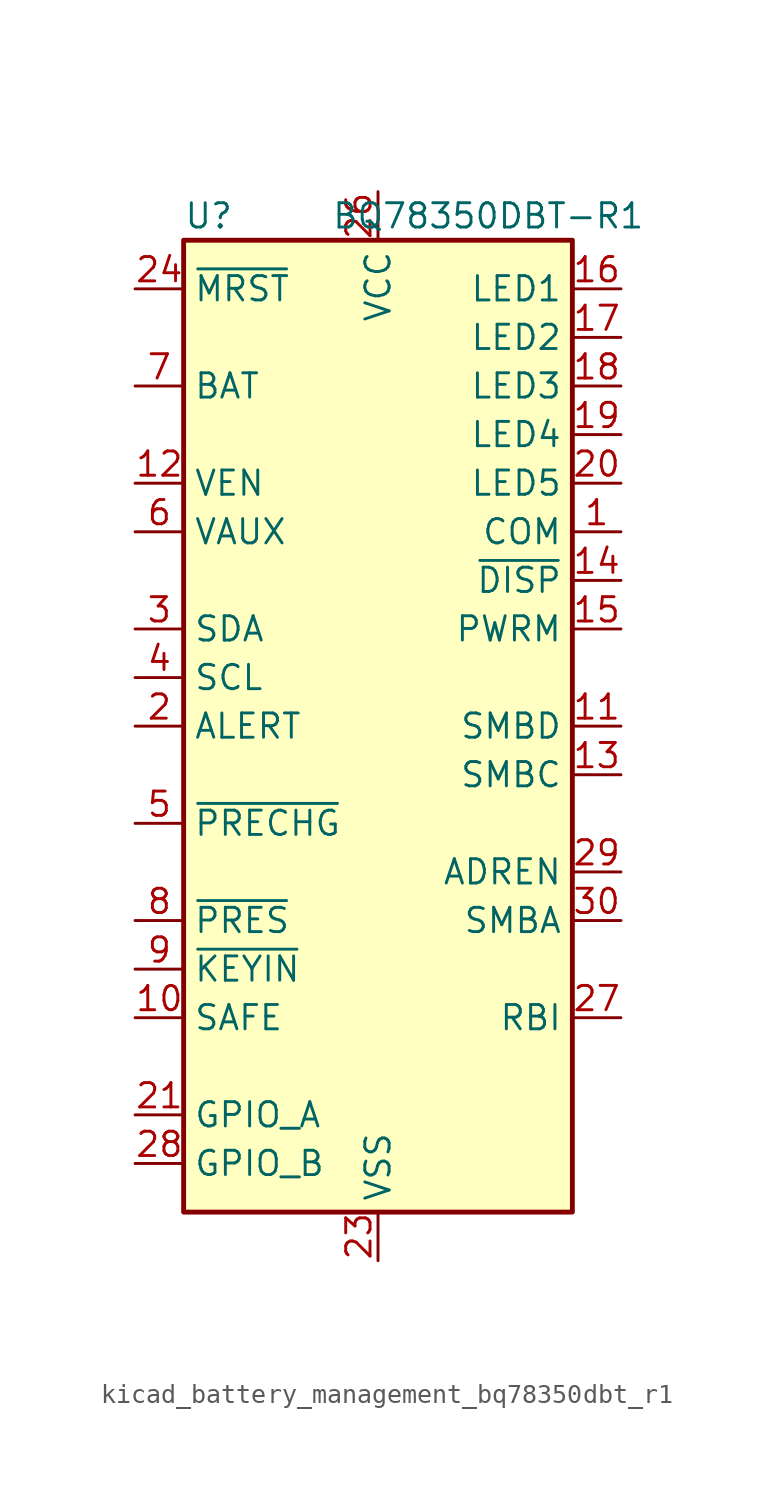
<source format=kicad_sym>
(kicad_symbol_lib
  (version 20220914)
  (generator kicad_symbol_editor)
  (symbol "kicad_battery_management_bq78350dbt_r1"
    (property "Reference" "U"
      (at -10.16 26.67 0)
      (effects (font (size 1.27 1.27)) (justify left)))
    (property "Value" "BQ78350DBT-R1"
      (at 13.97 26.67 0)
      (effects (font (size 1.27 1.27)) (justify right)))
    (symbol "kicad_battery_management_bq78350dbt_r1_0_1"
      (rectangle (start -10.16 25.4) (end 10.16 -25.4) (stroke (width 0.254) (type default)) (fill (type background))))
    (symbol "kicad_battery_management_bq78350dbt_r1_1_1"
      (pin open_collector line (at 12.7 10.16 180) (length 2.54) (name "COM" (effects (font (size 1.27 1.27)))) (number "1" (effects (font (size 1.27 1.27)))))
      (pin output line (at -12.7 -15.24 0) (length 2.54) (name "SAFE" (effects (font (size 1.27 1.27)))) (number "10" (effects (font (size 1.27 1.27)))))
      (pin bidirectional line (at 12.7 0 180) (length 2.54) (name "SMBD" (effects (font (size 1.27 1.27)))) (number "11" (effects (font (size 1.27 1.27)))))
      (pin open_collector line (at -12.7 12.7 0) (length 2.54) (name "VEN" (effects (font (size 1.27 1.27)))) (number "12" (effects (font (size 1.27 1.27)))))
      (pin bidirectional line (at 12.7 -2.54 180) (length 2.54) (name "SMBC" (effects (font (size 1.27 1.27)))) (number "13" (effects (font (size 1.27 1.27)))))
      (pin input line (at 12.7 7.62 180) (length 2.54) (name "~{DISP}" (effects (font (size 1.27 1.27)))) (number "14" (effects (font (size 1.27 1.27)))))
      (pin open_collector line (at 12.7 5.08 180) (length 2.54) (name "PWRM" (effects (font (size 1.27 1.27)))) (number "15" (effects (font (size 1.27 1.27)))))
      (pin output line (at 12.7 22.86 180) (length 2.54) (name "LED1" (effects (font (size 1.27 1.27)))) (number "16" (effects (font (size 1.27 1.27)))))
      (pin output line (at 12.7 20.32 180) (length 2.54) (name "LED2" (effects (font (size 1.27 1.27)))) (number "17" (effects (font (size 1.27 1.27)))))
      (pin output line (at 12.7 17.78 180) (length 2.54) (name "LED3" (effects (font (size 1.27 1.27)))) (number "18" (effects (font (size 1.27 1.27)))))
      (pin output line (at 12.7 15.24 180) (length 2.54) (name "LED4" (effects (font (size 1.27 1.27)))) (number "19" (effects (font (size 1.27 1.27)))))
      (pin bidirectional line (at -12.7 0 0) (length 2.54) (name "ALERT" (effects (font (size 1.27 1.27)))) (number "2" (effects (font (size 1.27 1.27)))))
      (pin output line (at 12.7 12.7 180) (length 2.54) (name "LED5" (effects (font (size 1.27 1.27)))) (number "20" (effects (font (size 1.27 1.27)))))
      (pin bidirectional line (at -12.7 -20.32 0) (length 2.54) (name "GPIO_A" (effects (font (size 1.27 1.27)))) (number "21" (effects (font (size 1.27 1.27)))))
      (pin passive line (at 0 -27.94 90) (length 2.54) hide (name "VSS" (effects (font (size 1.27 1.27)))) (number "22" (effects (font (size 1.27 1.27)))))
      (pin power_in line (at 0 -27.94 90) (length 2.54) (name "VSS" (effects (font (size 1.27 1.27)))) (number "23" (effects (font (size 1.27 1.27)))))
      (pin input line (at -12.7 22.86 0) (length 2.54) (name "~{MRST}" (effects (font (size 1.27 1.27)))) (number "24" (effects (font (size 1.27 1.27)))))
      (pin passive line (at 0 -27.94 90) (length 2.54) hide (name "VSS" (effects (font (size 1.27 1.27)))) (number "25" (effects (font (size 1.27 1.27)))))
      (pin power_in line (at 0 27.94 270) (length 2.54) (name "VCC" (effects (font (size 1.27 1.27)))) (number "26" (effects (font (size 1.27 1.27)))))
      (pin passive line (at 12.7 -15.24 180) (length 2.54) (name "RBI" (effects (font (size 1.27 1.27)))) (number "27" (effects (font (size 1.27 1.27)))))
      (pin bidirectional line (at -12.7 -22.86 0) (length 2.54) (name "GPIO_B" (effects (font (size 1.27 1.27)))) (number "28" (effects (font (size 1.27 1.27)))))
      (pin output line (at 12.7 -7.62 180) (length 2.54) (name "ADREN" (effects (font (size 1.27 1.27)))) (number "29" (effects (font (size 1.27 1.27)))))
      (pin bidirectional line (at -12.7 5.08 0) (length 2.54) (name "SDA" (effects (font (size 1.27 1.27)))) (number "3" (effects (font (size 1.27 1.27)))))
      (pin input line (at 12.7 -10.16 180) (length 2.54) (name "SMBA" (effects (font (size 1.27 1.27)))) (number "30" (effects (font (size 1.27 1.27)))))
      (pin output line (at -12.7 2.54 0) (length 2.54) (name "SCL" (effects (font (size 1.27 1.27)))) (number "4" (effects (font (size 1.27 1.27)))))
      (pin output line (at -12.7 -5.08 0) (length 2.54) (name "~{PRECHG}" (effects (font (size 1.27 1.27)))) (number "5" (effects (font (size 1.27 1.27)))))
      (pin input line (at -12.7 10.16 0) (length 2.54) (name "VAUX" (effects (font (size 1.27 1.27)))) (number "6" (effects (font (size 1.27 1.27)))))
      (pin input line (at -12.7 17.78 0) (length 2.54) (name "BAT" (effects (font (size 1.27 1.27)))) (number "7" (effects (font (size 1.27 1.27)))))
      (pin input line (at -12.7 -10.16 0) (length 2.54) (name "~{PRES}" (effects (font (size 1.27 1.27)))) (number "8" (effects (font (size 1.27 1.27)))))
      (pin input line (at -12.7 -12.7 0) (length 2.54) (name "~{KEYIN}" (effects (font (size 1.27 1.27)))) (number "9" (effects (font (size 1.27 1.27))))))))
</source>
